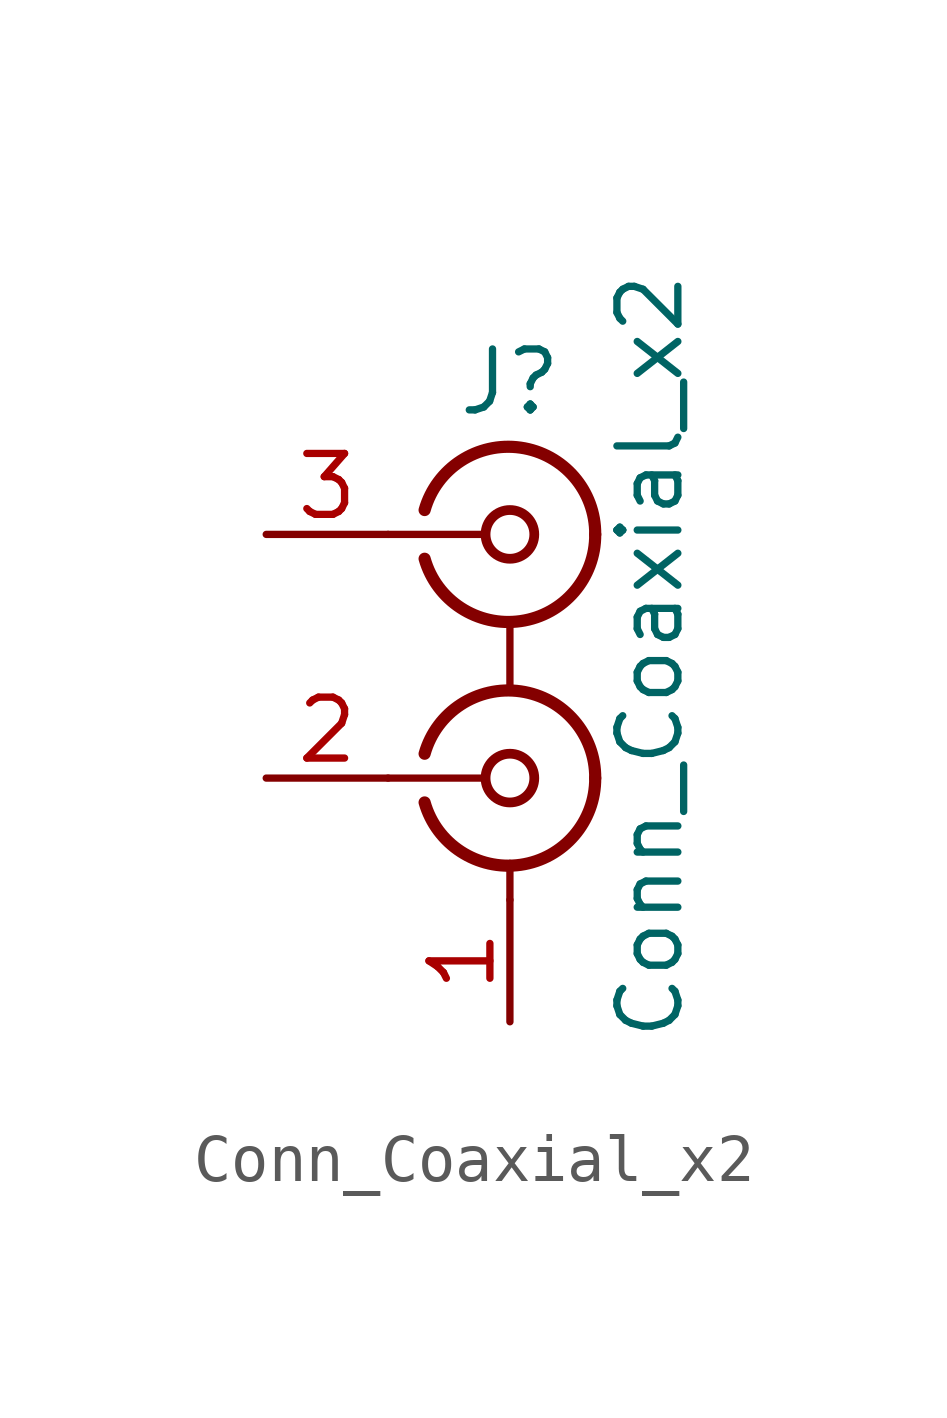
<source format=kicad_sym>
(kicad_symbol_lib
  (version 20211014)
  (generator kicad_symbol_editor)
  (symbol "Conn_Coaxial_x2"
    (pin_names
      (offset 1.016) hide)
    (property "Reference" "J"
      (at 0 5.715 0)
      (effects (font (size 1.27 1.27))))
    (property "Value" "Conn_Coaxial_x2"
      (at 2.921 0 90)
      (effects (font (size 1.27 1.27))))
    (symbol "Conn_Coaxial_x2_0_1"
      (arc (start -1.778 -3.048) (mid 0.222 -4.348) (end 1.778 -2.54) (stroke (width 0.254) (type default) (color 0 0 0 0)) (fill (type none)))
      (arc (start -1.778 2.032) (mid 0.222 0.732) (end 1.778 2.54) (stroke (width 0.254) (type default) (color 0 0 0 0)) (fill (type none)))
      (circle (center 0 -2.54) (radius 0.508) (stroke (width 0.203) (type default) (color 0 0 0 0)) (fill (type none)))
      (polyline (pts (xy -2.54 -2.54) (xy -0.508 -2.54)) (stroke (width 0) (type default) (color 0 0 0 0)) (fill (type none)))
      (polyline (pts (xy -2.54 2.54) (xy -0.508 2.54)) (stroke (width 0) (type default) (color 0 0 0 0)) (fill (type none)))
      (polyline (pts (xy 0 -5.08) (xy 0 -4.318)) (stroke (width 0) (type default) (color 0 0 0 0)) (fill (type none)))
      (polyline (pts (xy 0 0.762) (xy 0 -0.635)) (stroke (width 0) (type default) (color 0 0 0 0)) (fill (type none)))
      (circle (center 0 2.54) (radius 0.508) (stroke (width 0.203) (type default) (color 0 0 0 0)) (fill (type none)))
      (arc (start 1.778 -2.54) (mid 0.222 -0.7317) (end -1.778 -2.032) (stroke (width 0.254) (type default) (color 0 0 0 0)) (fill (type none)))
      (arc (start 1.778 2.54) (mid 0.222 4.3483) (end -1.778 3.048) (stroke (width 0.254) (type default) (color 0 0 0 0)) (fill (type none))))
    (symbol "Conn_Coaxial_x2_1_1"
      (pin passive line (at 0 -7.62 90) (length 2.54) (name "SHIELD" (effects (font (size 1.27 1.27)))) (number "1" (effects (font (size 1.27 1.27)))))
      (pin passive line (at -5.08 -2.54 0) (length 2.54) (name "IN1" (effects (font (size 1.27 1.27)))) (number "2" (effects (font (size 1.27 1.27)))))
      (pin passive line (at -5.08 2.54 0) (length 2.54) (name "IN2" (effects (font (size 1.27 1.27)))) (number "3" (effects (font (size 1.27 1.27))))))))
</source>
